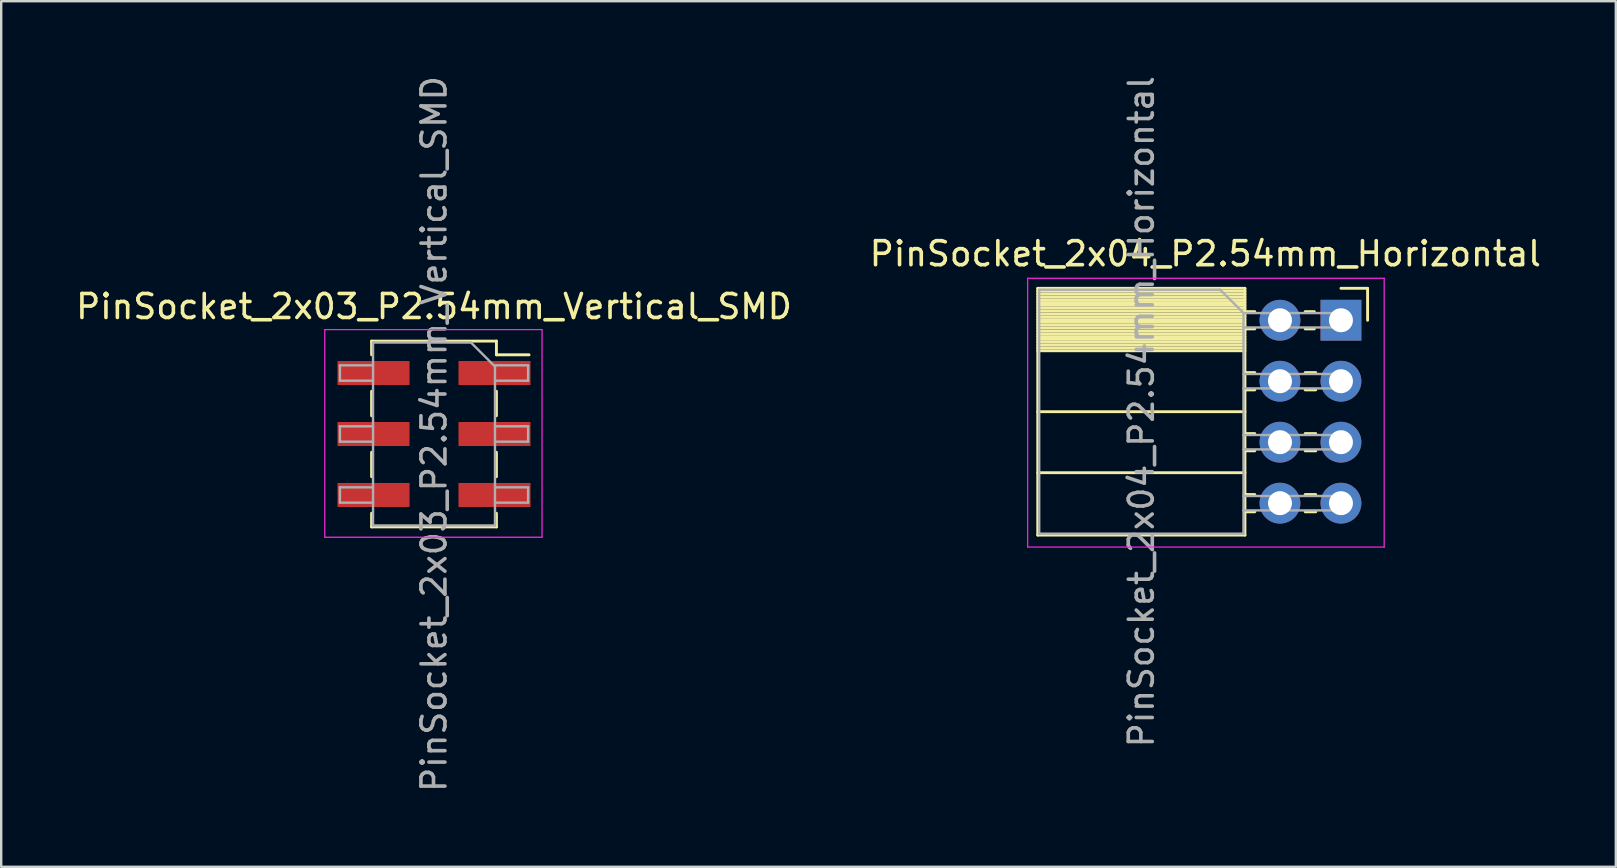
<source format=kicad_pcb>
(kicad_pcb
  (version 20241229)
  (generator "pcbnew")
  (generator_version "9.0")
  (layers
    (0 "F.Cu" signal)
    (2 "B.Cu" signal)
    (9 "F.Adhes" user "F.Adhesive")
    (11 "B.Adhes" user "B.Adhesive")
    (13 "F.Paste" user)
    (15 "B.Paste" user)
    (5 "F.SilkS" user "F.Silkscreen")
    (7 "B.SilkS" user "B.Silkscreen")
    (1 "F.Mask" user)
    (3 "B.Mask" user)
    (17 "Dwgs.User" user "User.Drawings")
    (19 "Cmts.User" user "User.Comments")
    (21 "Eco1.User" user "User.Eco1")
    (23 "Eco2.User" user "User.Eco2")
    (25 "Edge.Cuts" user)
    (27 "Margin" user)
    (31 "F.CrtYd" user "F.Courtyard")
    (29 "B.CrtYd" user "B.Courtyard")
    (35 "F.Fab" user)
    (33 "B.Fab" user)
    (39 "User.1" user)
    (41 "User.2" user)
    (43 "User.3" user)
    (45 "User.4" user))
  (footprint "PinSocket_2x03_P2.54mm_Vertical_SMD"
    (layer "F.Cu")
    (at 15.03 15.03)
    (property "Reference" "PinSocket_2x03_P2.54mm_Vertical_SMD" (at 0 -5.31 0) (layer "F.SilkS") (effects (font (size 1 1) (thickness 0.15))))
    (attr smd)
    (fp_line (start -2.6 -3.87) (end -2.6 -3.3) (stroke (width 0.12) (type solid)) (layer "F.SilkS"))
    (fp_line (start -2.6 -3.87) (end 2.6 -3.87) (stroke (width 0.12) (type solid)) (layer "F.SilkS"))
    (fp_line (start -2.6 -1.78) (end -2.6 -0.76) (stroke (width 0.12) (type solid)) (layer "F.SilkS"))
    (fp_line (start -2.6 0.76) (end -2.6 1.78) (stroke (width 0.12) (type solid)) (layer "F.SilkS"))
    (fp_line (start -2.6 3.3) (end -2.6 3.87) (stroke (width 0.12) (type solid)) (layer "F.SilkS"))
    (fp_line (start -2.6 3.87) (end 2.6 3.87) (stroke (width 0.12) (type solid)) (layer "F.SilkS"))
    (fp_line (start 2.6 -3.87) (end 2.6 -3.3) (stroke (width 0.12) (type solid)) (layer "F.SilkS"))
    (fp_line (start 2.6 -3.3) (end 3.96 -3.3) (stroke (width 0.12) (type solid)) (layer "F.SilkS"))
    (fp_line (start 2.6 -1.78) (end 2.6 -0.76) (stroke (width 0.12) (type solid)) (layer "F.SilkS"))
    (fp_line (start 2.6 0.76) (end 2.6 1.78) (stroke (width 0.12) (type solid)) (layer "F.SilkS"))
    (fp_line (start 2.6 3.3) (end 2.6 3.87) (stroke (width 0.12) (type solid)) (layer "F.SilkS"))
    (fp_line (start -4.55 -4.35) (end 4.5 -4.35) (stroke (width 0.05) (type solid)) (layer "F.CrtYd"))
    (fp_line (start -4.55 4.3) (end -4.55 -4.35) (stroke (width 0.05) (type solid)) (layer "F.CrtYd"))
    (fp_line (start 4.5 -4.35) (end 4.5 4.3) (stroke (width 0.05) (type solid)) (layer "F.CrtYd"))
    (fp_line (start 4.5 4.3) (end -4.55 4.3) (stroke (width 0.05) (type solid)) (layer "F.CrtYd"))
    (fp_line (start -3.92 -2.86) (end -2.54 -2.86) (stroke (width 0.1) (type solid)) (layer "F.Fab"))
    (fp_line (start -3.92 -2.22) (end -3.92 -2.86) (stroke (width 0.1) (type solid)) (layer "F.Fab"))
    (fp_line (start -3.92 -0.32) (end -2.54 -0.32) (stroke (width 0.1) (type solid)) (layer "F.Fab"))
    (fp_line (start -3.92 0.32) (end -3.92 -0.32) (stroke (width 0.1) (type solid)) (layer "F.Fab"))
    (fp_line (start -3.92 2.22) (end -2.54 2.22) (stroke (width 0.1) (type solid)) (layer "F.Fab"))
    (fp_line (start -3.92 2.86) (end -3.92 2.22) (stroke (width 0.1) (type solid)) (layer "F.Fab"))
    (fp_line (start -2.54 -3.81) (end 1.54 -3.81) (stroke (width 0.1) (type solid)) (layer "F.Fab"))
    (fp_line (start -2.54 -2.22) (end -3.92 -2.22) (stroke (width 0.1) (type solid)) (layer "F.Fab"))
    (fp_line (start -2.54 0.32) (end -3.92 0.32) (stroke (width 0.1) (type solid)) (layer "F.Fab"))
    (fp_line (start -2.54 2.86) (end -3.92 2.86) (stroke (width 0.1) (type solid)) (layer "F.Fab"))
    (fp_line (start -2.54 3.81) (end -2.54 -3.81) (stroke (width 0.1) (type solid)) (layer "F.Fab"))
    (fp_line (start 1.54 -3.81) (end 2.54 -2.81) (stroke (width 0.1) (type solid)) (layer "F.Fab"))
    (fp_line (start 2.54 -2.86) (end 3.92 -2.86) (stroke (width 0.1) (type solid)) (layer "F.Fab"))
    (fp_line (start 2.54 -2.81) (end 2.54 3.81) (stroke (width 0.1) (type solid)) (layer "F.Fab"))
    (fp_line (start 2.54 -0.32) (end 3.92 -0.32) (stroke (width 0.1) (type solid)) (layer "F.Fab"))
    (fp_line (start 2.54 2.22) (end 3.92 2.22) (stroke (width 0.1) (type solid)) (layer "F.Fab"))
    (fp_line (start 2.54 3.81) (end -2.54 3.81) (stroke (width 0.1) (type solid)) (layer "F.Fab"))
    (fp_line (start 3.92 -2.86) (end 3.92 -2.22) (stroke (width 0.1) (type solid)) (layer "F.Fab"))
    (fp_line (start 3.92 -2.22) (end 2.54 -2.22) (stroke (width 0.1) (type solid)) (layer "F.Fab"))
    (fp_line (start 3.92 -0.32) (end 3.92 0.32) (stroke (width 0.1) (type solid)) (layer "F.Fab"))
    (fp_line (start 3.92 0.32) (end 2.54 0.32) (stroke (width 0.1) (type solid)) (layer "F.Fab"))
    (fp_line (start 3.92 2.22) (end 3.92 2.86) (stroke (width 0.1) (type solid)) (layer "F.Fab"))
    (fp_line (start 3.92 2.86) (end 2.54 2.86) (stroke (width 0.1) (type solid)) (layer "F.Fab"))
    (fp_text user "${REFERENCE}" (at 0 0 90) (layer "F.Fab") (effects (font (size 1 1) (thickness 0.15))))
    (pad "1" smd rect (at 2.52 -2.54) (size 3 1) (layers "F.Cu" "F.Mask" "F.Paste"))
    (pad "2" smd rect (at -2.52 -2.54) (size 3 1) (layers "F.Cu" "F.Mask" "F.Paste"))
    (pad "3" smd rect (at 2.52 0) (size 3 1) (layers "F.Cu" "F.Mask" "F.Paste"))
    (pad "4" smd rect (at -2.52 0) (size 3 1) (layers "F.Cu" "F.Mask" "F.Paste"))
    (pad "5" smd rect (at 2.52 2.54) (size 3 1) (layers "F.Cu" "F.Mask" "F.Paste"))
    (pad "6" smd rect (at -2.52 2.54) (size 3 1) (layers "F.Cu" "F.Mask" "F.Paste")))
  (footprint "PinSocket_2x04_P2.54mm_Horizontal"
    (layer "F.Cu")
    (at 52.811 10.291)
    (property "Reference" "PinSocket_2x04_P2.54mm_Horizontal" (at -5.65 -2.77 0) (layer "F.SilkS") (effects (font (size 1 1) (thickness 0.15))))
    (attr through_hole)
    (fp_line (start -12.63 -1.33) (end -12.63 8.95) (stroke (width 0.12) (type solid)) (layer "F.SilkS"))
    (fp_line (start -12.63 -1.33) (end -4 -1.33) (stroke (width 0.12) (type solid)) (layer "F.SilkS"))
    (fp_line (start -12.63 -1.21) (end -4 -1.21) (stroke (width 0.12) (type solid)) (layer "F.SilkS"))
    (fp_line (start -12.63 -1.092) (end -4 -1.092) (stroke (width 0.12) (type solid)) (layer "F.SilkS"))
    (fp_line (start -12.63 -0.974) (end -4 -0.974) (stroke (width 0.12) (type solid)) (layer "F.SilkS"))
    (fp_line (start -12.63 -0.856) (end -4 -0.856) (stroke (width 0.12) (type solid)) (layer "F.SilkS"))
    (fp_line (start -12.63 -0.738) (end -4 -0.738) (stroke (width 0.12) (type solid)) (layer "F.SilkS"))
    (fp_line (start -12.63 -0.62) (end -4 -0.62) (stroke (width 0.12) (type solid)) (layer "F.SilkS"))
    (fp_line (start -12.63 -0.501) (end -4 -0.501) (stroke (width 0.12) (type solid)) (layer "F.SilkS"))
    (fp_line (start -12.63 -0.383) (end -4 -0.383) (stroke (width 0.12) (type solid)) (layer "F.SilkS"))
    (fp_line (start -12.63 -0.265) (end -4 -0.265) (stroke (width 0.12) (type solid)) (layer "F.SilkS"))
    (fp_line (start -12.63 -0.147) (end -4 -0.147) (stroke (width 0.12) (type solid)) (layer "F.SilkS"))
    (fp_line (start -12.63 -0.029) (end -4 -0.029) (stroke (width 0.12) (type solid)) (layer "F.SilkS"))
    (fp_line (start -12.63 0.089) (end -4 0.089) (stroke (width 0.12) (type solid)) (layer "F.SilkS"))
    (fp_line (start -12.63 0.207) (end -4 0.207) (stroke (width 0.12) (type solid)) (layer "F.SilkS"))
    (fp_line (start -12.63 0.325) (end -4 0.325) (stroke (width 0.12) (type solid)) (layer "F.SilkS"))
    (fp_line (start -12.63 0.443) (end -4 0.443) (stroke (width 0.12) (type solid)) (layer "F.SilkS"))
    (fp_line (start -12.63 0.561) (end -4 0.561) (stroke (width 0.12) (type solid)) (layer "F.SilkS"))
    (fp_line (start -12.63 0.68) (end -4 0.68) (stroke (width 0.12) (type solid)) (layer "F.SilkS"))
    (fp_line (start -12.63 0.798) (end -4 0.798) (stroke (width 0.12) (type solid)) (layer "F.SilkS"))
    (fp_line (start -12.63 0.916) (end -4 0.916) (stroke (width 0.12) (type solid)) (layer "F.SilkS"))
    (fp_line (start -12.63 1.034) (end -4 1.034) (stroke (width 0.12) (type solid)) (layer "F.SilkS"))
    (fp_line (start -12.63 1.152) (end -4 1.152) (stroke (width 0.12) (type solid)) (layer "F.SilkS"))
    (fp_line (start -12.63 1.27) (end -4 1.27) (stroke (width 0.12) (type solid)) (layer "F.SilkS"))
    (fp_line (start -12.63 3.81) (end -4 3.81) (stroke (width 0.12) (type solid)) (layer "F.SilkS"))
    (fp_line (start -12.63 6.35) (end -4 6.35) (stroke (width 0.12) (type solid)) (layer "F.SilkS"))
    (fp_line (start -12.63 8.95) (end -4 8.95) (stroke (width 0.12) (type solid)) (layer "F.SilkS"))
    (fp_line (start -4 -1.33) (end -4 8.95) (stroke (width 0.12) (type solid)) (layer "F.SilkS"))
    (fp_line (start -4 -0.36) (end -3.59 -0.36) (stroke (width 0.12) (type solid)) (layer "F.SilkS"))
    (fp_line (start -4 0.36) (end -3.59 0.36) (stroke (width 0.12) (type solid)) (layer "F.SilkS"))
    (fp_line (start -4 2.18) (end -3.59 2.18) (stroke (width 0.12) (type solid)) (layer "F.SilkS"))
    (fp_line (start -4 2.9) (end -3.59 2.9) (stroke (width 0.12) (type solid)) (layer "F.SilkS"))
    (fp_line (start -4 4.72) (end -3.59 4.72) (stroke (width 0.12) (type solid)) (layer "F.SilkS"))
    (fp_line (start -4 5.44) (end -3.59 5.44) (stroke (width 0.12) (type solid)) (layer "F.SilkS"))
    (fp_line (start -4 7.26) (end -3.59 7.26) (stroke (width 0.12) (type solid)) (layer "F.SilkS"))
    (fp_line (start -4 7.98) (end -3.59 7.98) (stroke (width 0.12) (type solid)) (layer "F.SilkS"))
    (fp_line (start -1.49 -0.36) (end -1.11 -0.36) (stroke (width 0.12) (type solid)) (layer "F.SilkS"))
    (fp_line (start -1.49 0.36) (end -1.11 0.36) (stroke (width 0.12) (type solid)) (layer "F.SilkS"))
    (fp_line (start -1.49 2.18) (end -1.05 2.18) (stroke (width 0.12) (type solid)) (layer "F.SilkS"))
    (fp_line (start -1.49 2.9) (end -1.05 2.9) (stroke (width 0.12) (type solid)) (layer "F.SilkS"))
    (fp_line (start -1.49 4.72) (end -1.05 4.72) (stroke (width 0.12) (type solid)) (layer "F.SilkS"))
    (fp_line (start -1.49 5.44) (end -1.05 5.44) (stroke (width 0.12) (type solid)) (layer "F.SilkS"))
    (fp_line (start -1.49 7.26) (end -1.05 7.26) (stroke (width 0.12) (type solid)) (layer "F.SilkS"))
    (fp_line (start -1.49 7.98) (end -1.05 7.98) (stroke (width 0.12) (type solid)) (layer "F.SilkS"))
    (fp_line (start 0 -1.33) (end 1.11 -1.33) (stroke (width 0.12) (type solid)) (layer "F.SilkS"))
    (fp_line (start 1.11 -1.33) (end 1.11 0) (stroke (width 0.12) (type solid)) (layer "F.SilkS"))
    (fp_line (start -13.05 -1.75) (end -13.05 9.45) (stroke (width 0.05) (type solid)) (layer "F.CrtYd"))
    (fp_line (start -13.05 9.45) (end 1.8 9.45) (stroke (width 0.05) (type solid)) (layer "F.CrtYd"))
    (fp_line (start 1.8 -1.75) (end -13.05 -1.75) (stroke (width 0.05) (type solid)) (layer "F.CrtYd"))
    (fp_line (start 1.8 9.45) (end 1.8 -1.75) (stroke (width 0.05) (type solid)) (layer "F.CrtYd"))
    (fp_line (start -12.57 -1.27) (end -5.03 -1.27) (stroke (width 0.1) (type solid)) (layer "F.Fab"))
    (fp_line (start -12.57 8.89) (end -12.57 -1.27) (stroke (width 0.1) (type solid)) (layer "F.Fab"))
    (fp_line (start -5.03 -1.27) (end -4.06 -0.3) (stroke (width 0.1) (type solid)) (layer "F.Fab"))
    (fp_line (start -4.06 -0.3) (end -4.06 8.89) (stroke (width 0.1) (type solid)) (layer "F.Fab"))
    (fp_line (start -4.06 0.3) (end 0 0.3) (stroke (width 0.1) (type solid)) (layer "F.Fab"))
    (fp_line (start -4.06 2.84) (end 0 2.84) (stroke (width 0.1) (type solid)) (layer "F.Fab"))
    (fp_line (start -4.06 5.38) (end 0 5.38) (stroke (width 0.1) (type solid)) (layer "F.Fab"))
    (fp_line (start -4.06 7.92) (end 0 7.92) (stroke (width 0.1) (type solid)) (layer "F.Fab"))
    (fp_line (start -4.06 8.89) (end -12.57 8.89) (stroke (width 0.1) (type solid)) (layer "F.Fab"))
    (fp_line (start 0 -0.3) (end -4.06 -0.3) (stroke (width 0.1) (type solid)) (layer "F.Fab"))
    (fp_line (start 0 0.3) (end 0 -0.3) (stroke (width 0.1) (type solid)) (layer "F.Fab"))
    (fp_line (start 0 2.24) (end -4.06 2.24) (stroke (width 0.1) (type solid)) (layer "F.Fab"))
    (fp_line (start 0 2.84) (end 0 2.24) (stroke (width 0.1) (type solid)) (layer "F.Fab"))
    (fp_line (start 0 4.78) (end -4.06 4.78) (stroke (width 0.1) (type solid)) (layer "F.Fab"))
    (fp_line (start 0 5.38) (end 0 4.78) (stroke (width 0.1) (type solid)) (layer "F.Fab"))
    (fp_line (start 0 7.32) (end -4.06 7.32) (stroke (width 0.1) (type solid)) (layer "F.Fab"))
    (fp_line (start 0 7.92) (end 0 7.32) (stroke (width 0.1) (type solid)) (layer "F.Fab"))
    (fp_text user "${REFERENCE}" (at -8.315 3.81 90) (layer "F.Fab") (effects (font (size 1 1) (thickness 0.15))))
    (pad "1" thru_hole rect (at 0 0) (size 1.7 1.7) (drill 1) (layers "*.Cu" "*.Mask"))
    (pad "2" thru_hole circle (at -2.54 0) (size 1.7 1.7) (drill 1) (layers "*.Cu" "*.Mask"))
    (pad "3" thru_hole circle (at 0 2.54) (size 1.7 1.7) (drill 1) (layers "*.Cu" "*.Mask"))
    (pad "4" thru_hole circle (at -2.54 2.54) (size 1.7 1.7) (drill 1) (layers "*.Cu" "*.Mask"))
    (pad "5" thru_hole circle (at 0 5.08) (size 1.7 1.7) (drill 1) (layers "*.Cu" "*.Mask"))
    (pad "6" thru_hole circle (at -2.54 5.08) (size 1.7 1.7) (drill 1) (layers "*.Cu" "*.Mask"))
    (pad "7" thru_hole circle (at 0 7.62) (size 1.7 1.7) (drill 1) (layers "*.Cu" "*.Mask"))
    (pad "8" thru_hole circle (at -2.54 7.62) (size 1.7 1.7) (drill 1) (layers "*.Cu" "*.Mask")))
  (gr_rect
    (start -3 -3)
    (end 64.262 33.06)
    (stroke (width 0.1) (type default))
    (fill no)
    (layer "Edge.Cuts")))
</source>
